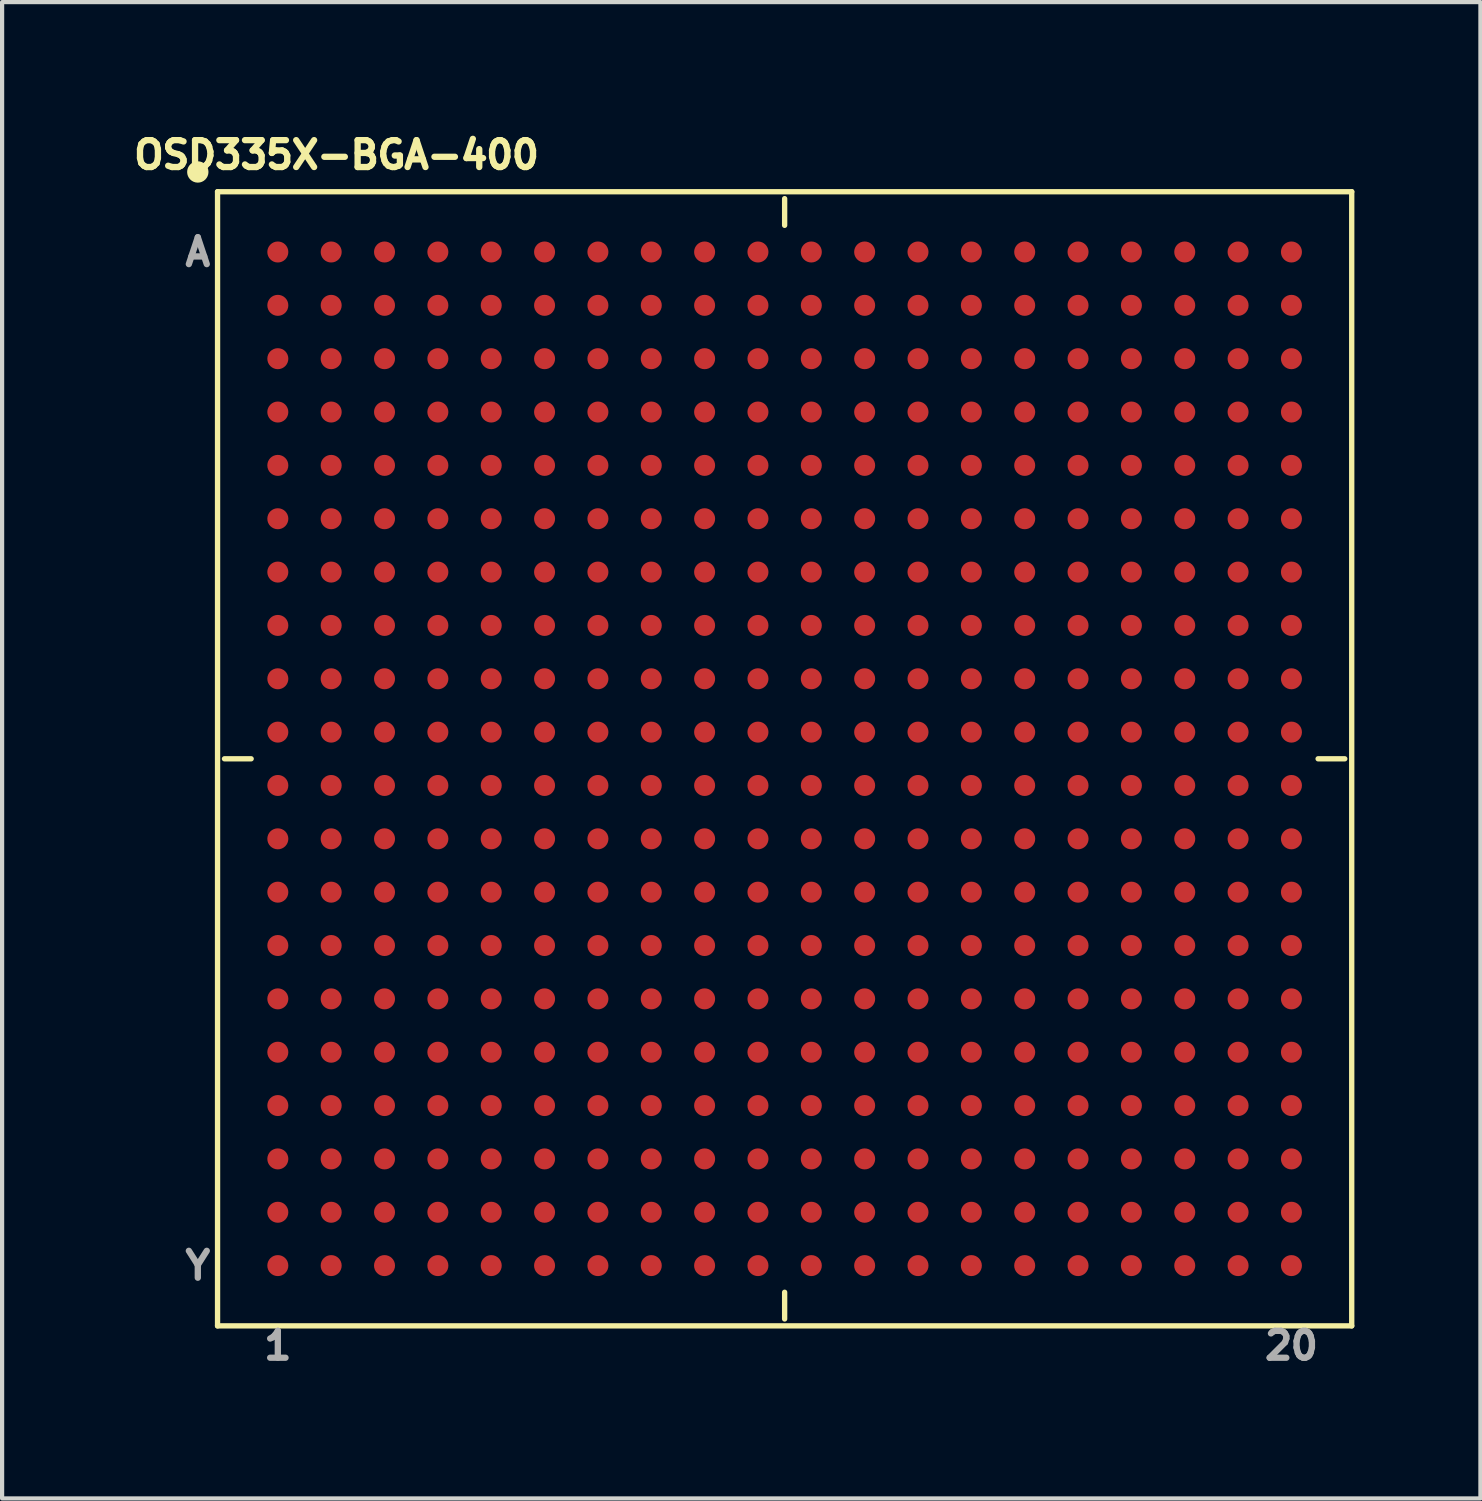
<source format=kicad_pcb>
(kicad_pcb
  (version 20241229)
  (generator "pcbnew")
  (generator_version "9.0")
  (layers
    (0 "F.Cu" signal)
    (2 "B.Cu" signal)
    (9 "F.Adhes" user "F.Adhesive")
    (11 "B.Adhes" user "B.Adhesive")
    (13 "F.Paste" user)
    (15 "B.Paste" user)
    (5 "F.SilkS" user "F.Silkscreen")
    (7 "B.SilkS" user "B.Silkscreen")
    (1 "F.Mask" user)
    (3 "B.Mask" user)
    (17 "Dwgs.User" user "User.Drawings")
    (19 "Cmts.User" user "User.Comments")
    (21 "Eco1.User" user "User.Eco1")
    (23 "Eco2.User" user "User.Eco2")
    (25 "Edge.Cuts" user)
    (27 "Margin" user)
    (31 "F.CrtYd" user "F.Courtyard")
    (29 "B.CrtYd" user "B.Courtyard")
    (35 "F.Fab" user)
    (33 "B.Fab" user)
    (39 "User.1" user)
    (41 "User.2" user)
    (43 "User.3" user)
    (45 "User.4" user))
  (footprint "OSD335X-BGA-400"
    (layer "F.Cu")
    (at 15.629 15.014)
    (property "Reference" "OSD335X-BGA-400" (at -10.668 -14.376 0) (layer "F.SilkS") (effects (font (size 0.64 0.64) (thickness 0.15))))
    (attr through_hole)
    (fp_line (start -13.5 -13.5) (end -13.5 13.5) (stroke (width 0.127) (type solid)) (layer "F.SilkS"))
    (fp_line (start -13.5 13.5) (end 13.5 13.5) (stroke (width 0.127) (type solid)) (layer "F.SilkS"))
    (fp_line (start -12.7 0) (end -13.335 0) (stroke (width 0.127) (type solid)) (layer "F.SilkS"))
    (fp_line (start 0 -13.335) (end 0 -12.7) (stroke (width 0.127) (type solid)) (layer "F.SilkS"))
    (fp_line (start 0 12.7) (end 0 13.335) (stroke (width 0.127) (type solid)) (layer "F.SilkS"))
    (fp_line (start 12.7 0) (end 13.335 0) (stroke (width 0.127) (type solid)) (layer "F.SilkS"))
    (fp_line (start 13.5 -13.5) (end -13.5 -13.5) (stroke (width 0.127) (type solid)) (layer "F.SilkS"))
    (fp_line (start 13.5 13.5) (end 13.5 -13.5) (stroke (width 0.127) (type solid)) (layer "F.SilkS"))
    (fp_circle (center -13.97 -13.97) (end -13.843 -13.97) (stroke (width 0.254) (type solid)) (fill no) (layer "F.SilkS"))
    (fp_text user "1" (at -12.065 13.97 0) (layer "F.Fab") (effects (font (size 0.64 0.64) (thickness 0.15))))
    (fp_text user "A" (at -13.97 -12.065 0) (layer "F.Fab") (effects (font (size 0.64 0.64) (thickness 0.15))))
    (fp_text user "20" (at 12.065 13.97 0) (layer "F.Fab") (effects (font (size 0.64 0.64) (thickness 0.15))))
    (fp_text user "Y" (at -13.97 12.065 0) (layer "F.Fab") (effects (font (size 0.64 0.64) (thickness 0.15))))
    (pad "A1" smd circle (at -12.065 -12.065 270) (size 0.5 0.5) (layers "F.Cu" "F.Mask" "F.Paste"))
    (pad "A2" smd circle (at -10.795 -12.065) (size 0.5 0.5) (layers "F.Cu" "F.Mask" "F.Paste"))
    (pad "A3" smd circle (at -9.525 -12.065) (size 0.5 0.5) (layers "F.Cu" "F.Mask" "F.Paste"))
    (pad "A4" smd circle (at -8.255 -12.065) (size 0.5 0.5) (layers "F.Cu" "F.Mask" "F.Paste"))
    (pad "A5" smd circle (at -6.985 -12.065) (size 0.5 0.5) (layers "F.Cu" "F.Mask" "F.Paste"))
    (pad "A6" smd circle (at -5.715 -12.065) (size 0.5 0.5) (layers "F.Cu" "F.Mask" "F.Paste"))
    (pad "A7" smd circle (at -4.445 -12.065) (size 0.5 0.5) (layers "F.Cu" "F.Mask" "F.Paste"))
    (pad "A8" smd circle (at -3.175 -12.065) (size 0.5 0.5) (layers "F.Cu" "F.Mask" "F.Paste"))
    (pad "A9" smd circle (at -1.905 -12.065) (size 0.5 0.5) (layers "F.Cu" "F.Mask" "F.Paste"))
    (pad "A10" smd circle (at -0.635 -12.065) (size 0.5 0.5) (layers "F.Cu" "F.Mask" "F.Paste"))
    (pad "A11" smd circle (at 0.635 -12.065) (size 0.5 0.5) (layers "F.Cu" "F.Mask" "F.Paste"))
    (pad "A12" smd circle (at 1.905 -12.065) (size 0.5 0.5) (layers "F.Cu" "F.Mask" "F.Paste"))
    (pad "A13" smd circle (at 3.175 -12.065) (size 0.5 0.5) (layers "F.Cu" "F.Mask" "F.Paste"))
    (pad "A14" smd circle (at 4.445 -12.065) (size 0.5 0.5) (layers "F.Cu" "F.Mask" "F.Paste"))
    (pad "A15" smd circle (at 5.715 -12.065) (size 0.5 0.5) (layers "F.Cu" "F.Mask" "F.Paste"))
    (pad "A16" smd circle (at 6.985 -12.065) (size 0.5 0.5) (layers "F.Cu" "F.Mask" "F.Paste"))
    (pad "A17" smd circle (at 8.255 -12.065) (size 0.5 0.5) (layers "F.Cu" "F.Mask" "F.Paste"))
    (pad "A18" smd circle (at 9.525 -12.065) (size 0.5 0.5) (layers "F.Cu" "F.Mask" "F.Paste"))
    (pad "A19" smd circle (at 10.795 -12.065) (size 0.5 0.5) (layers "F.Cu" "F.Mask" "F.Paste"))
    (pad "A20" smd circle (at 12.065 -12.065) (size 0.5 0.5) (layers "F.Cu" "F.Mask" "F.Paste"))
    (pad "B1" smd circle (at -12.065 -10.795) (size 0.5 0.5) (layers "F.Cu" "F.Mask" "F.Paste"))
    (pad "B2" smd circle (at -10.795 -10.795) (size 0.5 0.5) (layers "F.Cu" "F.Mask" "F.Paste"))
    (pad "B3" smd circle (at -9.525 -10.795) (size 0.5 0.5) (layers "F.Cu" "F.Mask" "F.Paste"))
    (pad "B4" smd circle (at -8.255 -10.795) (size 0.5 0.5) (layers "F.Cu" "F.Mask" "F.Paste"))
    (pad "B5" smd circle (at -6.985 -10.795) (size 0.5 0.5) (layers "F.Cu" "F.Mask" "F.Paste"))
    (pad "B6" smd circle (at -5.715 -10.795) (size 0.5 0.5) (layers "F.Cu" "F.Mask" "F.Paste"))
    (pad "B7" smd circle (at -4.445 -10.795) (size 0.5 0.5) (layers "F.Cu" "F.Mask" "F.Paste"))
    (pad "B8" smd circle (at -3.175 -10.795) (size 0.5 0.5) (layers "F.Cu" "F.Mask" "F.Paste"))
    (pad "B9" smd circle (at -1.905 -10.795) (size 0.5 0.5) (layers "F.Cu" "F.Mask" "F.Paste"))
    (pad "B10" smd circle (at -0.635 -10.795) (size 0.5 0.5) (layers "F.Cu" "F.Mask" "F.Paste"))
    (pad "B11" smd circle (at 0.635 -10.795) (size 0.5 0.5) (layers "F.Cu" "F.Mask" "F.Paste"))
    (pad "B12" smd circle (at 1.905 -10.795) (size 0.5 0.5) (layers "F.Cu" "F.Mask" "F.Paste"))
    (pad "B13" smd circle (at 3.175 -10.795) (size 0.5 0.5) (layers "F.Cu" "F.Mask" "F.Paste"))
    (pad "B14" smd circle (at 4.445 -10.795) (size 0.5 0.5) (layers "F.Cu" "F.Mask" "F.Paste"))
    (pad "B15" smd circle (at 5.715 -10.795) (size 0.5 0.5) (layers "F.Cu" "F.Mask" "F.Paste"))
    (pad "B16" smd circle (at 6.985 -10.795) (size 0.5 0.5) (layers "F.Cu" "F.Mask" "F.Paste"))
    (pad "B17" smd circle (at 8.255 -10.795) (size 0.5 0.5) (layers "F.Cu" "F.Mask" "F.Paste"))
    (pad "B18" smd circle (at 9.525 -10.795) (size 0.5 0.5) (layers "F.Cu" "F.Mask" "F.Paste"))
    (pad "B19" smd circle (at 10.795 -10.795) (size 0.5 0.5) (layers "F.Cu" "F.Mask" "F.Paste"))
    (pad "B20" smd circle (at 12.065 -10.795) (size 0.5 0.5) (layers "F.Cu" "F.Mask" "F.Paste"))
    (pad "C1" smd circle (at -12.065 -9.525) (size 0.5 0.5) (layers "F.Cu" "F.Mask" "F.Paste"))
    (pad "C2" smd circle (at -10.795 -9.525) (size 0.5 0.5) (layers "F.Cu" "F.Mask" "F.Paste"))
    (pad "C3" smd circle (at -9.525 -9.525) (size 0.5 0.5) (layers "F.Cu" "F.Mask" "F.Paste"))
    (pad "C4" smd circle (at -8.255 -9.525) (size 0.5 0.5) (layers "F.Cu" "F.Mask" "F.Paste"))
    (pad "C5" smd circle (at -6.985 -9.525) (size 0.5 0.5) (layers "F.Cu" "F.Mask" "F.Paste"))
    (pad "C6" smd circle (at -5.715 -9.525) (size 0.5 0.5) (layers "F.Cu" "F.Mask" "F.Paste"))
    (pad "C7" smd circle (at -4.445 -9.525) (size 0.5 0.5) (layers "F.Cu" "F.Mask" "F.Paste"))
    (pad "C8" smd circle (at -3.175 -9.525) (size 0.5 0.5) (layers "F.Cu" "F.Mask" "F.Paste"))
    (pad "C9" smd circle (at -1.905 -9.525) (size 0.5 0.5) (layers "F.Cu" "F.Mask" "F.Paste"))
    (pad "C10" smd circle (at -0.635 -9.525) (size 0.5 0.5) (layers "F.Cu" "F.Mask" "F.Paste"))
    (pad "C11" smd circle (at 0.635 -9.525) (size 0.5 0.5) (layers "F.Cu" "F.Mask" "F.Paste"))
    (pad "C12" smd circle (at 1.905 -9.525) (size 0.5 0.5) (layers "F.Cu" "F.Mask" "F.Paste"))
    (pad "C13" smd circle (at 3.175 -9.525) (size 0.5 0.5) (layers "F.Cu" "F.Mask" "F.Paste"))
    (pad "C14" smd circle (at 4.445 -9.525) (size 0.5 0.5) (layers "F.Cu" "F.Mask" "F.Paste"))
    (pad "C15" smd circle (at 5.715 -9.525) (size 0.5 0.5) (layers "F.Cu" "F.Mask" "F.Paste"))
    (pad "C16" smd circle (at 6.985 -9.525) (size 0.5 0.5) (layers "F.Cu" "F.Mask" "F.Paste"))
    (pad "C17" smd circle (at 8.255 -9.525) (size 0.5 0.5) (layers "F.Cu" "F.Mask" "F.Paste"))
    (pad "C18" smd circle (at 9.525 -9.525) (size 0.5 0.5) (layers "F.Cu" "F.Mask" "F.Paste"))
    (pad "C19" smd circle (at 10.795 -9.525) (size 0.5 0.5) (layers "F.Cu" "F.Mask" "F.Paste"))
    (pad "C20" smd circle (at 12.065 -9.525) (size 0.5 0.5) (layers "F.Cu" "F.Mask" "F.Paste"))
    (pad "D1" smd circle (at -12.065 -8.255) (size 0.5 0.5) (layers "F.Cu" "F.Mask" "F.Paste"))
    (pad "D2" smd circle (at -10.795 -8.255) (size 0.5 0.5) (layers "F.Cu" "F.Mask" "F.Paste"))
    (pad "D3" smd circle (at -9.525 -8.255) (size 0.5 0.5) (layers "F.Cu" "F.Mask" "F.Paste"))
    (pad "D4" smd circle (at -8.255 -8.255) (size 0.5 0.5) (layers "F.Cu" "F.Mask" "F.Paste"))
    (pad "D5" smd circle (at -6.985 -8.255) (size 0.5 0.5) (layers "F.Cu" "F.Mask" "F.Paste"))
    (pad "D6" smd circle (at -5.715 -8.255) (size 0.5 0.5) (layers "F.Cu" "F.Mask" "F.Paste"))
    (pad "D7" smd circle (at -4.445 -8.255) (size 0.5 0.5) (layers "F.Cu" "F.Mask" "F.Paste"))
    (pad "D8" smd circle (at -3.175 -8.255) (size 0.5 0.5) (layers "F.Cu" "F.Mask" "F.Paste"))
    (pad "D9" smd circle (at -1.905 -8.255) (size 0.5 0.5) (layers "F.Cu" "F.Mask" "F.Paste"))
    (pad "D10" smd circle (at -0.635 -8.255) (size 0.5 0.5) (layers "F.Cu" "F.Mask" "F.Paste"))
    (pad "D11" smd circle (at 0.635 -8.255) (size 0.5 0.5) (layers "F.Cu" "F.Mask" "F.Paste"))
    (pad "D12" smd circle (at 1.905 -8.255) (size 0.5 0.5) (layers "F.Cu" "F.Mask" "F.Paste"))
    (pad "D13" smd circle (at 3.175 -8.255) (size 0.5 0.5) (layers "F.Cu" "F.Mask" "F.Paste"))
    (pad "D14" smd circle (at 4.445 -8.255) (size 0.5 0.5) (layers "F.Cu" "F.Mask" "F.Paste"))
    (pad "D15" smd circle (at 5.715 -8.255) (size 0.5 0.5) (layers "F.Cu" "F.Mask" "F.Paste"))
    (pad "D16" smd circle (at 6.985 -8.255) (size 0.5 0.5) (layers "F.Cu" "F.Mask" "F.Paste"))
    (pad "D17" smd circle (at 8.255 -8.255) (size 0.5 0.5) (layers "F.Cu" "F.Mask" "F.Paste"))
    (pad "D18" smd circle (at 9.525 -8.255) (size 0.5 0.5) (layers "F.Cu" "F.Mask" "F.Paste"))
    (pad "D19" smd circle (at 10.795 -8.255) (size 0.5 0.5) (layers "F.Cu" "F.Mask" "F.Paste"))
    (pad "D20" smd circle (at 12.065 -8.255) (size 0.5 0.5) (layers "F.Cu" "F.Mask" "F.Paste"))
    (pad "E1" smd circle (at -12.065 -6.985 270) (size 0.5 0.5) (layers "F.Cu" "F.Mask" "F.Paste"))
    (pad "E2" smd circle (at -10.795 -6.985 270) (size 0.5 0.5) (layers "F.Cu" "F.Mask" "F.Paste"))
    (pad "E3" smd circle (at -9.525 -6.985 270) (size 0.5 0.5) (layers "F.Cu" "F.Mask" "F.Paste"))
    (pad "E4" smd circle (at -8.255 -6.985 270) (size 0.5 0.5) (layers "F.Cu" "F.Mask" "F.Paste"))
    (pad "E5" smd circle (at -6.985 -6.985 270) (size 0.5 0.5) (layers "F.Cu" "F.Mask" "F.Paste"))
    (pad "E6" smd circle (at -5.715 -6.985 270) (size 0.5 0.5) (layers "F.Cu" "F.Mask" "F.Paste"))
    (pad "E7" smd circle (at -4.445 -6.985 270) (size 0.5 0.5) (layers "F.Cu" "F.Mask" "F.Paste"))
    (pad "E8" smd circle (at -3.175 -6.985 270) (size 0.5 0.5) (layers "F.Cu" "F.Mask" "F.Paste"))
    (pad "E9" smd circle (at -1.905 -6.985 270) (size 0.5 0.5) (layers "F.Cu" "F.Mask" "F.Paste"))
    (pad "E10" smd circle (at -0.635 -6.985 270) (size 0.5 0.5) (layers "F.Cu" "F.Mask" "F.Paste"))
    (pad "E11" smd circle (at 0.635 -6.985 270) (size 0.5 0.5) (layers "F.Cu" "F.Mask" "F.Paste"))
    (pad "E12" smd circle (at 1.905 -6.985 270) (size 0.5 0.5) (layers "F.Cu" "F.Mask" "F.Paste"))
    (pad "E13" smd circle (at 3.175 -6.985 270) (size 0.5 0.5) (layers "F.Cu" "F.Mask" "F.Paste"))
    (pad "E14" smd circle (at 4.445 -6.985 270) (size 0.5 0.5) (layers "F.Cu" "F.Mask" "F.Paste"))
    (pad "E15" smd circle (at 5.715 -6.985 270) (size 0.5 0.5) (layers "F.Cu" "F.Mask" "F.Paste"))
    (pad "E16" smd circle (at 6.985 -6.985 270) (size 0.5 0.5) (layers "F.Cu" "F.Mask" "F.Paste"))
    (pad "E17" smd circle (at 8.255 -6.985 270) (size 0.5 0.5) (layers "F.Cu" "F.Mask" "F.Paste"))
    (pad "E18" smd circle (at 9.525 -6.985 270) (size 0.5 0.5) (layers "F.Cu" "F.Mask" "F.Paste"))
    (pad "E19" smd circle (at 10.795 -6.985 270) (size 0.5 0.5) (layers "F.Cu" "F.Mask" "F.Paste"))
    (pad "E20" smd circle (at 12.065 -6.985 270) (size 0.5 0.5) (layers "F.Cu" "F.Mask" "F.Paste"))
    (pad "F1" smd circle (at -12.065 -5.715 270) (size 0.5 0.5) (layers "F.Cu" "F.Mask" "F.Paste"))
    (pad "F2" smd circle (at -10.795 -5.715 270) (size 0.5 0.5) (layers "F.Cu" "F.Mask" "F.Paste"))
    (pad "F3" smd circle (at -9.525 -5.715 270) (size 0.5 0.5) (layers "F.Cu" "F.Mask" "F.Paste"))
    (pad "F4" smd circle (at -8.255 -5.715 270) (size 0.5 0.5) (layers "F.Cu" "F.Mask" "F.Paste"))
    (pad "F5" smd circle (at -6.985 -5.715 270) (size 0.5 0.5) (layers "F.Cu" "F.Mask" "F.Paste"))
    (pad "F6" smd circle (at -5.715 -5.715 270) (size 0.5 0.5) (layers "F.Cu" "F.Mask" "F.Paste"))
    (pad "F7" smd circle (at -4.445 -5.715 270) (size 0.5 0.5) (layers "F.Cu" "F.Mask" "F.Paste"))
    (pad "F8" smd circle (at -3.175 -5.715 270) (size 0.5 0.5) (layers "F.Cu" "F.Mask" "F.Paste"))
    (pad "F9" smd circle (at -1.905 -5.715 270) (size 0.5 0.5) (layers "F.Cu" "F.Mask" "F.Paste"))
    (pad "F10" smd circle (at -0.635 -5.715 270) (size 0.5 0.5) (layers "F.Cu" "F.Mask" "F.Paste"))
    (pad "F11" smd circle (at 0.635 -5.715 270) (size 0.5 0.5) (layers "F.Cu" "F.Mask" "F.Paste"))
    (pad "F12" smd circle (at 1.905 -5.715 270) (size 0.5 0.5) (layers "F.Cu" "F.Mask" "F.Paste"))
    (pad "F13" smd circle (at 3.175 -5.715 270) (size 0.5 0.5) (layers "F.Cu" "F.Mask" "F.Paste"))
    (pad "F14" smd circle (at 4.445 -5.715 270) (size 0.5 0.5) (layers "F.Cu" "F.Mask" "F.Paste"))
    (pad "F15" smd circle (at 5.715 -5.715 270) (size 0.5 0.5) (layers "F.Cu" "F.Mask" "F.Paste"))
    (pad "F16" smd circle (at 6.985 -5.715 270) (size 0.5 0.5) (layers "F.Cu" "F.Mask" "F.Paste"))
    (pad "F17" smd circle (at 8.255 -5.715 270) (size 0.5 0.5) (layers "F.Cu" "F.Mask" "F.Paste"))
    (pad "F18" smd circle (at 9.525 -5.715 270) (size 0.5 0.5) (layers "F.Cu" "F.Mask" "F.Paste"))
    (pad "F19" smd circle (at 10.795 -5.715 270) (size 0.5 0.5) (layers "F.Cu" "F.Mask" "F.Paste"))
    (pad "F20" smd circle (at 12.065 -5.715 270) (size 0.5 0.5) (layers "F.Cu" "F.Mask" "F.Paste"))
    (pad "G1" smd circle (at -12.065 -4.445 270) (size 0.5 0.5) (layers "F.Cu" "F.Mask" "F.Paste"))
    (pad "G2" smd circle (at -10.795 -4.445 270) (size 0.5 0.5) (layers "F.Cu" "F.Mask" "F.Paste"))
    (pad "G3" smd circle (at -9.525 -4.445 270) (size 0.5 0.5) (layers "F.Cu" "F.Mask" "F.Paste"))
    (pad "G4" smd circle (at -8.255 -4.445 270) (size 0.5 0.5) (layers "F.Cu" "F.Mask" "F.Paste"))
    (pad "G5" smd circle (at -6.985 -4.445 270) (size 0.5 0.5) (layers "F.Cu" "F.Mask" "F.Paste"))
    (pad "G6" smd circle (at -5.715 -4.445 270) (size 0.5 0.5) (layers "F.Cu" "F.Mask" "F.Paste"))
    (pad "G7" smd circle (at -4.445 -4.445 270) (size 0.5 0.5) (layers "F.Cu" "F.Mask" "F.Paste"))
    (pad "G8" smd circle (at -3.175 -4.445 270) (size 0.5 0.5) (layers "F.Cu" "F.Mask" "F.Paste"))
    (pad "G9" smd circle (at -1.905 -4.445 270) (size 0.5 0.5) (layers "F.Cu" "F.Mask" "F.Paste"))
    (pad "G10" smd circle (at -0.635 -4.445 270) (size 0.5 0.5) (layers "F.Cu" "F.Mask" "F.Paste"))
    (pad "G11" smd circle (at 0.635 -4.445 270) (size 0.5 0.5) (layers "F.Cu" "F.Mask" "F.Paste"))
    (pad "G12" smd circle (at 1.905 -4.445 270) (size 0.5 0.5) (layers "F.Cu" "F.Mask" "F.Paste"))
    (pad "G13" smd circle (at 3.175 -4.445 270) (size 0.5 0.5) (layers "F.Cu" "F.Mask" "F.Paste"))
    (pad "G14" smd circle (at 4.445 -4.445 270) (size 0.5 0.5) (layers "F.Cu" "F.Mask" "F.Paste"))
    (pad "G15" smd circle (at 5.715 -4.445 270) (size 0.5 0.5) (layers "F.Cu" "F.Mask" "F.Paste"))
    (pad "G16" smd circle (at 6.985 -4.445 270) (size 0.5 0.5) (layers "F.Cu" "F.Mask" "F.Paste"))
    (pad "G17" smd circle (at 8.255 -4.445 270) (size 0.5 0.5) (layers "F.Cu" "F.Mask" "F.Paste"))
    (pad "G18" smd circle (at 9.525 -4.445 270) (size 0.5 0.5) (layers "F.Cu" "F.Mask" "F.Paste"))
    (pad "G19" smd circle (at 10.795 -4.445 270) (size 0.5 0.5) (layers "F.Cu" "F.Mask" "F.Paste"))
    (pad "G20" smd circle (at 12.065 -4.445 270) (size 0.5 0.5) (layers "F.Cu" "F.Mask" "F.Paste"))
    (pad "H1" smd circle (at -12.065 -3.175 270) (size 0.5 0.5) (layers "F.Cu" "F.Mask" "F.Paste"))
    (pad "H2" smd circle (at -10.795 -3.175 270) (size 0.5 0.5) (layers "F.Cu" "F.Mask" "F.Paste"))
    (pad "H3" smd circle (at -9.525 -3.175 270) (size 0.5 0.5) (layers "F.Cu" "F.Mask" "F.Paste"))
    (pad "H4" smd circle (at -8.255 -3.175 270) (size 0.5 0.5) (layers "F.Cu" "F.Mask" "F.Paste"))
    (pad "H5" smd circle (at -6.985 -3.175 270) (size 0.5 0.5) (layers "F.Cu" "F.Mask" "F.Paste"))
    (pad "H6" smd circle (at -5.715 -3.175 270) (size 0.5 0.5) (layers "F.Cu" "F.Mask" "F.Paste"))
    (pad "H7" smd circle (at -4.445 -3.175 270) (size 0.5 0.5) (layers "F.Cu" "F.Mask" "F.Paste"))
    (pad "H8" smd circle (at -3.175 -3.175 270) (size 0.5 0.5) (layers "F.Cu" "F.Mask" "F.Paste"))
    (pad "H9" smd circle (at -1.905 -3.175 270) (size 0.5 0.5) (layers "F.Cu" "F.Mask" "F.Paste"))
    (pad "H10" smd circle (at -0.635 -3.175 270) (size 0.5 0.5) (layers "F.Cu" "F.Mask" "F.Paste"))
    (pad "H11" smd circle (at 0.635 -3.175 270) (size 0.5 0.5) (layers "F.Cu" "F.Mask" "F.Paste"))
    (pad "H12" smd circle (at 1.905 -3.175 270) (size 0.5 0.5) (layers "F.Cu" "F.Mask" "F.Paste"))
    (pad "H13" smd circle (at 3.175 -3.175 270) (size 0.5 0.5) (layers "F.Cu" "F.Mask" "F.Paste"))
    (pad "H14" smd circle (at 4.445 -3.175 270) (size 0.5 0.5) (layers "F.Cu" "F.Mask" "F.Paste"))
    (pad "H15" smd circle (at 5.715 -3.175 270) (size 0.5 0.5) (layers "F.Cu" "F.Mask" "F.Paste"))
    (pad "H16" smd circle (at 6.985 -3.175 270) (size 0.5 0.5) (layers "F.Cu" "F.Mask" "F.Paste"))
    (pad "H17" smd circle (at 8.255 -3.175 270) (size 0.5 0.5) (layers "F.Cu" "F.Mask" "F.Paste"))
    (pad "H18" smd circle (at 9.525 -3.175 270) (size 0.5 0.5) (layers "F.Cu" "F.Mask" "F.Paste"))
    (pad "H19" smd circle (at 10.795 -3.175 270) (size 0.5 0.5) (layers "F.Cu" "F.Mask" "F.Paste"))
    (pad "H20" smd circle (at 12.065 -3.175 270) (size 0.5 0.5) (layers "F.Cu" "F.Mask" "F.Paste"))
    (pad "J1" smd circle (at -12.065 -1.905 270) (size 0.5 0.5) (layers "F.Cu" "F.Mask" "F.Paste"))
    (pad "J2" smd circle (at -10.795 -1.905 270) (size 0.5 0.5) (layers "F.Cu" "F.Mask" "F.Paste"))
    (pad "J3" smd circle (at -9.525 -1.905 270) (size 0.5 0.5) (layers "F.Cu" "F.Mask" "F.Paste"))
    (pad "J4" smd circle (at -8.255 -1.905 270) (size 0.5 0.5) (layers "F.Cu" "F.Mask" "F.Paste"))
    (pad "J5" smd circle (at -6.985 -1.905 270) (size 0.5 0.5) (layers "F.Cu" "F.Mask" "F.Paste"))
    (pad "J6" smd circle (at -5.715 -1.905 270) (size 0.5 0.5) (layers "F.Cu" "F.Mask" "F.Paste"))
    (pad "J7" smd circle (at -4.445 -1.905 270) (size 0.5 0.5) (layers "F.Cu" "F.Mask" "F.Paste"))
    (pad "J8" smd circle (at -3.175 -1.905 270) (size 0.5 0.5) (layers "F.Cu" "F.Mask" "F.Paste"))
    (pad "J9" smd circle (at -1.905 -1.905 270) (size 0.5 0.5) (layers "F.Cu" "F.Mask" "F.Paste"))
    (pad "J10" smd circle (at -0.635 -1.905 270) (size 0.5 0.5) (layers "F.Cu" "F.Mask" "F.Paste"))
    (pad "J11" smd circle (at 0.635 -1.905 270) (size 0.5 0.5) (layers "F.Cu" "F.Mask" "F.Paste"))
    (pad "J12" smd circle (at 1.905 -1.905 270) (size 0.5 0.5) (layers "F.Cu" "F.Mask" "F.Paste"))
    (pad "J13" smd circle (at 3.175 -1.905 270) (size 0.5 0.5) (layers "F.Cu" "F.Mask" "F.Paste"))
    (pad "J14" smd circle (at 4.445 -1.905 270) (size 0.5 0.5) (layers "F.Cu" "F.Mask" "F.Paste"))
    (pad "J15" smd circle (at 5.715 -1.905 270) (size 0.5 0.5) (layers "F.Cu" "F.Mask" "F.Paste"))
    (pad "J16" smd circle (at 6.985 -1.905 270) (size 0.5 0.5) (layers "F.Cu" "F.Mask" "F.Paste"))
    (pad "J17" smd circle (at 8.255 -1.905 270) (size 0.5 0.5) (layers "F.Cu" "F.Mask" "F.Paste"))
    (pad "J18" smd circle (at 9.525 -1.905 270) (size 0.5 0.5) (layers "F.Cu" "F.Mask" "F.Paste"))
    (pad "J19" smd circle (at 10.795 -1.905 270) (size 0.5 0.5) (layers "F.Cu" "F.Mask" "F.Paste"))
    (pad "J20" smd circle (at 12.065 -1.905 270) (size 0.5 0.5) (layers "F.Cu" "F.Mask" "F.Paste"))
    (pad "K1" smd circle (at -12.065 -0.635 270) (size 0.5 0.5) (layers "F.Cu" "F.Mask" "F.Paste"))
    (pad "K2" smd circle (at -10.795 -0.635 270) (size 0.5 0.5) (layers "F.Cu" "F.Mask" "F.Paste"))
    (pad "K3" smd circle (at -9.525 -0.635 270) (size 0.5 0.5) (layers "F.Cu" "F.Mask" "F.Paste"))
    (pad "K4" smd circle (at -8.255 -0.635 270) (size 0.5 0.5) (layers "F.Cu" "F.Mask" "F.Paste"))
    (pad "K5" smd circle (at -6.985 -0.635 270) (size 0.5 0.5) (layers "F.Cu" "F.Mask" "F.Paste"))
    (pad "K6" smd circle (at -5.715 -0.635 270) (size 0.5 0.5) (layers "F.Cu" "F.Mask" "F.Paste"))
    (pad "K7" smd circle (at -4.445 -0.635 270) (size 0.5 0.5) (layers "F.Cu" "F.Mask" "F.Paste"))
    (pad "K8" smd circle (at -3.175 -0.635 270) (size 0.5 0.5) (layers "F.Cu" "F.Mask" "F.Paste"))
    (pad "K9" smd circle (at -1.905 -0.635 270) (size 0.5 0.5) (layers "F.Cu" "F.Mask" "F.Paste"))
    (pad "K10" smd circle (at -0.635 -0.635 270) (size 0.5 0.5) (layers "F.Cu" "F.Mask" "F.Paste"))
    (pad "K11" smd circle (at 0.635 -0.635 270) (size 0.5 0.5) (layers "F.Cu" "F.Mask" "F.Paste"))
    (pad "K12" smd circle (at 1.905 -0.635 270) (size 0.5 0.5) (layers "F.Cu" "F.Mask" "F.Paste"))
    (pad "K13" smd circle (at 3.175 -0.635 270) (size 0.5 0.5) (layers "F.Cu" "F.Mask" "F.Paste"))
    (pad "K14" smd circle (at 4.445 -0.635 270) (size 0.5 0.5) (layers "F.Cu" "F.Mask" "F.Paste"))
    (pad "K15" smd circle (at 5.715 -0.635 270) (size 0.5 0.5) (layers "F.Cu" "F.Mask" "F.Paste"))
    (pad "K16" smd circle (at 6.985 -0.635 270) (size 0.5 0.5) (layers "F.Cu" "F.Mask" "F.Paste"))
    (pad "K17" smd circle (at 8.255 -0.635 270) (size 0.5 0.5) (layers "F.Cu" "F.Mask" "F.Paste"))
    (pad "K18" smd circle (at 9.525 -0.635 270) (size 0.5 0.5) (layers "F.Cu" "F.Mask" "F.Paste"))
    (pad "K19" smd circle (at 10.795 -0.635 270) (size 0.5 0.5) (layers "F.Cu" "F.Mask" "F.Paste"))
    (pad "K20" smd circle (at 12.065 -0.635 270) (size 0.5 0.5) (layers "F.Cu" "F.Mask" "F.Paste"))
    (pad "L1" smd circle (at -12.065 0.635 270) (size 0.5 0.5) (layers "F.Cu" "F.Mask" "F.Paste"))
    (pad "L2" smd circle (at -10.795 0.635 270) (size 0.5 0.5) (layers "F.Cu" "F.Mask" "F.Paste"))
    (pad "L3" smd circle (at -9.525 0.635 270) (size 0.5 0.5) (layers "F.Cu" "F.Mask" "F.Paste"))
    (pad "L4" smd circle (at -8.255 0.635 270) (size 0.5 0.5) (layers "F.Cu" "F.Mask" "F.Paste"))
    (pad "L5" smd circle (at -6.985 0.635 270) (size 0.5 0.5) (layers "F.Cu" "F.Mask" "F.Paste"))
    (pad "L6" smd circle (at -5.715 0.635 270) (size 0.5 0.5) (layers "F.Cu" "F.Mask" "F.Paste"))
    (pad "L7" smd circle (at -4.445 0.635 270) (size 0.5 0.5) (layers "F.Cu" "F.Mask" "F.Paste"))
    (pad "L8" smd circle (at -3.175 0.635 270) (size 0.5 0.5) (layers "F.Cu" "F.Mask" "F.Paste"))
    (pad "L9" smd circle (at -1.905 0.635 270) (size 0.5 0.5) (layers "F.Cu" "F.Mask" "F.Paste"))
    (pad "L10" smd circle (at -0.635 0.635 270) (size 0.5 0.5) (layers "F.Cu" "F.Mask" "F.Paste"))
    (pad "L11" smd circle (at 0.635 0.635 270) (size 0.5 0.5) (layers "F.Cu" "F.Mask" "F.Paste"))
    (pad "L12" smd circle (at 1.905 0.635 270) (size 0.5 0.5) (layers "F.Cu" "F.Mask" "F.Paste"))
    (pad "L13" smd circle (at 3.175 0.635 270) (size 0.5 0.5) (layers "F.Cu" "F.Mask" "F.Paste"))
    (pad "L14" smd circle (at 4.445 0.635 270) (size 0.5 0.5) (layers "F.Cu" "F.Mask" "F.Paste"))
    (pad "L15" smd circle (at 5.715 0.635 270) (size 0.5 0.5) (layers "F.Cu" "F.Mask" "F.Paste"))
    (pad "L16" smd circle (at 6.985 0.635 270) (size 0.5 0.5) (layers "F.Cu" "F.Mask" "F.Paste"))
    (pad "L17" smd circle (at 8.255 0.635 270) (size 0.5 0.5) (layers "F.Cu" "F.Mask" "F.Paste"))
    (pad "L18" smd circle (at 9.525 0.635 270) (size 0.5 0.5) (layers "F.Cu" "F.Mask" "F.Paste"))
    (pad "L19" smd circle (at 10.795 0.635 270) (size 0.5 0.5) (layers "F.Cu" "F.Mask" "F.Paste"))
    (pad "L20" smd circle (at 12.065 0.635 270) (size 0.5 0.5) (layers "F.Cu" "F.Mask" "F.Paste"))
    (pad "M1" smd circle (at -12.065 1.905 270) (size 0.5 0.5) (layers "F.Cu" "F.Mask" "F.Paste"))
    (pad "M2" smd circle (at -10.795 1.905 270) (size 0.5 0.5) (layers "F.Cu" "F.Mask" "F.Paste"))
    (pad "M3" smd circle (at -9.525 1.905 270) (size 0.5 0.5) (layers "F.Cu" "F.Mask" "F.Paste"))
    (pad "M4" smd circle (at -8.255 1.905 270) (size 0.5 0.5) (layers "F.Cu" "F.Mask" "F.Paste"))
    (pad "M5" smd circle (at -6.985 1.905 270) (size 0.5 0.5) (layers "F.Cu" "F.Mask" "F.Paste"))
    (pad "M6" smd circle (at -5.715 1.905 270) (size 0.5 0.5) (layers "F.Cu" "F.Mask" "F.Paste"))
    (pad "M7" smd circle (at -4.445 1.905 270) (size 0.5 0.5) (layers "F.Cu" "F.Mask" "F.Paste"))
    (pad "M8" smd circle (at -3.175 1.905 270) (size 0.5 0.5) (layers "F.Cu" "F.Mask" "F.Paste"))
    (pad "M9" smd circle (at -1.905 1.905 270) (size 0.5 0.5) (layers "F.Cu" "F.Mask" "F.Paste"))
    (pad "M10" smd circle (at -0.635 1.905 270) (size 0.5 0.5) (layers "F.Cu" "F.Mask" "F.Paste"))
    (pad "M11" smd circle (at 0.635 1.905 270) (size 0.5 0.5) (layers "F.Cu" "F.Mask" "F.Paste"))
    (pad "M12" smd circle (at 1.905 1.905 270) (size 0.5 0.5) (layers "F.Cu" "F.Mask" "F.Paste"))
    (pad "M13" smd circle (at 3.175 1.905 270) (size 0.5 0.5) (layers "F.Cu" "F.Mask" "F.Paste"))
    (pad "M14" smd circle (at 4.445 1.905 270) (size 0.5 0.5) (layers "F.Cu" "F.Mask" "F.Paste"))
    (pad "M15" smd circle (at 5.715 1.905 270) (size 0.5 0.5) (layers "F.Cu" "F.Mask" "F.Paste"))
    (pad "M16" smd circle (at 6.985 1.905 270) (size 0.5 0.5) (layers "F.Cu" "F.Mask" "F.Paste"))
    (pad "M17" smd circle (at 8.255 1.905 270) (size 0.5 0.5) (layers "F.Cu" "F.Mask" "F.Paste"))
    (pad "M18" smd circle (at 9.525 1.905 270) (size 0.5 0.5) (layers "F.Cu" "F.Mask" "F.Paste"))
    (pad "M19" smd circle (at 10.795 1.905 270) (size 0.5 0.5) (layers "F.Cu" "F.Mask" "F.Paste"))
    (pad "M20" smd circle (at 12.065 1.905 270) (size 0.5 0.5) (layers "F.Cu" "F.Mask" "F.Paste"))
    (pad "N1" smd circle (at -12.065 3.175 270) (size 0.5 0.5) (layers "F.Cu" "F.Mask" "F.Paste"))
    (pad "N2" smd circle (at -10.795 3.175 270) (size 0.5 0.5) (layers "F.Cu" "F.Mask" "F.Paste"))
    (pad "N3" smd circle (at -9.525 3.175 270) (size 0.5 0.5) (layers "F.Cu" "F.Mask" "F.Paste"))
    (pad "N4" smd circle (at -8.255 3.175 270) (size 0.5 0.5) (layers "F.Cu" "F.Mask" "F.Paste"))
    (pad "N5" smd circle (at -6.985 3.175 270) (size 0.5 0.5) (layers "F.Cu" "F.Mask" "F.Paste"))
    (pad "N6" smd circle (at -5.715 3.175 270) (size 0.5 0.5) (layers "F.Cu" "F.Mask" "F.Paste"))
    (pad "N7" smd circle (at -4.445 3.175 270) (size 0.5 0.5) (layers "F.Cu" "F.Mask" "F.Paste"))
    (pad "N8" smd circle (at -3.175 3.175 270) (size 0.5 0.5) (layers "F.Cu" "F.Mask" "F.Paste"))
    (pad "N9" smd circle (at -1.905 3.175 270) (size 0.5 0.5) (layers "F.Cu" "F.Mask" "F.Paste"))
    (pad "N10" smd circle (at -0.635 3.175 270) (size 0.5 0.5) (layers "F.Cu" "F.Mask" "F.Paste"))
    (pad "N11" smd circle (at 0.635 3.175 270) (size 0.5 0.5) (layers "F.Cu" "F.Mask" "F.Paste"))
    (pad "N12" smd circle (at 1.905 3.175 270) (size 0.5 0.5) (layers "F.Cu" "F.Mask" "F.Paste"))
    (pad "N13" smd circle (at 3.175 3.175 270) (size 0.5 0.5) (layers "F.Cu" "F.Mask" "F.Paste"))
    (pad "N14" smd circle (at 4.445 3.175 270) (size 0.5 0.5) (layers "F.Cu" "F.Mask" "F.Paste"))
    (pad "N15" smd circle (at 5.715 3.175 270) (size 0.5 0.5) (layers "F.Cu" "F.Mask" "F.Paste"))
    (pad "N16" smd circle (at 6.985 3.175 270) (size 0.5 0.5) (layers "F.Cu" "F.Mask" "F.Paste"))
    (pad "N17" smd circle (at 8.255 3.175 270) (size 0.5 0.5) (layers "F.Cu" "F.Mask" "F.Paste"))
    (pad "N18" smd circle (at 9.525 3.175 270) (size 0.5 0.5) (layers "F.Cu" "F.Mask" "F.Paste"))
    (pad "N19" smd circle (at 10.795 3.175 270) (size 0.5 0.5) (layers "F.Cu" "F.Mask" "F.Paste"))
    (pad "N20" smd circle (at 12.065 3.175 270) (size 0.5 0.5) (layers "F.Cu" "F.Mask" "F.Paste"))
    (pad "P1" smd circle (at -12.065 4.445 270) (size 0.5 0.5) (layers "F.Cu" "F.Mask" "F.Paste"))
    (pad "P2" smd circle (at -10.795 4.445 270) (size 0.5 0.5) (layers "F.Cu" "F.Mask" "F.Paste"))
    (pad "P3" smd circle (at -9.525 4.445 270) (size 0.5 0.5) (layers "F.Cu" "F.Mask" "F.Paste"))
    (pad "P4" smd circle (at -8.255 4.445 270) (size 0.5 0.5) (layers "F.Cu" "F.Mask" "F.Paste"))
    (pad "P5" smd circle (at -6.985 4.445 270) (size 0.5 0.5) (layers "F.Cu" "F.Mask" "F.Paste"))
    (pad "P6" smd circle (at -5.715 4.445 270) (size 0.5 0.5) (layers "F.Cu" "F.Mask" "F.Paste"))
    (pad "P7" smd circle (at -4.445 4.445 270) (size 0.5 0.5) (layers "F.Cu" "F.Mask" "F.Paste"))
    (pad "P8" smd circle (at -3.175 4.445 270) (size 0.5 0.5) (layers "F.Cu" "F.Mask" "F.Paste"))
    (pad "P9" smd circle (at -1.905 4.445 270) (size 0.5 0.5) (layers "F.Cu" "F.Mask" "F.Paste"))
    (pad "P10" smd circle (at -0.635 4.445 270) (size 0.5 0.5) (layers "F.Cu" "F.Mask" "F.Paste"))
    (pad "P11" smd circle (at 0.635 4.445 270) (size 0.5 0.5) (layers "F.Cu" "F.Mask" "F.Paste"))
    (pad "P12" smd circle (at 1.905 4.445 270) (size 0.5 0.5) (layers "F.Cu" "F.Mask" "F.Paste"))
    (pad "P13" smd circle (at 3.175 4.445 270) (size 0.5 0.5) (layers "F.Cu" "F.Mask" "F.Paste"))
    (pad "P14" smd circle (at 4.445 4.445 270) (size 0.5 0.5) (layers "F.Cu" "F.Mask" "F.Paste"))
    (pad "P15" smd circle (at 5.715 4.445 270) (size 0.5 0.5) (layers "F.Cu" "F.Mask" "F.Paste"))
    (pad "P16" smd circle (at 6.985 4.445 270) (size 0.5 0.5) (layers "F.Cu" "F.Mask" "F.Paste"))
    (pad "P17" smd circle (at 8.255 4.445 270) (size 0.5 0.5) (layers "F.Cu" "F.Mask" "F.Paste"))
    (pad "P18" smd circle (at 9.525 4.445 270) (size 0.5 0.5) (layers "F.Cu" "F.Mask" "F.Paste"))
    (pad "P19" smd circle (at 10.795 4.445 270) (size 0.5 0.5) (layers "F.Cu" "F.Mask" "F.Paste"))
    (pad "P20" smd circle (at 12.065 4.445 270) (size 0.5 0.5) (layers "F.Cu" "F.Mask" "F.Paste"))
    (pad "R1" smd circle (at -12.065 5.715 270) (size 0.5 0.5) (layers "F.Cu" "F.Mask" "F.Paste"))
    (pad "R2" smd circle (at -10.795 5.715 270) (size 0.5 0.5) (layers "F.Cu" "F.Mask" "F.Paste"))
    (pad "R3" smd circle (at -9.525 5.715 270) (size 0.5 0.5) (layers "F.Cu" "F.Mask" "F.Paste"))
    (pad "R4" smd circle (at -8.255 5.715 270) (size 0.5 0.5) (layers "F.Cu" "F.Mask" "F.Paste"))
    (pad "R5" smd circle (at -6.985 5.715 270) (size 0.5 0.5) (layers "F.Cu" "F.Mask" "F.Paste"))
    (pad "R6" smd circle (at -5.715 5.715 270) (size 0.5 0.5) (layers "F.Cu" "F.Mask" "F.Paste"))
    (pad "R7" smd circle (at -4.445 5.715 270) (size 0.5 0.5) (layers "F.Cu" "F.Mask" "F.Paste"))
    (pad "R8" smd circle (at -3.175 5.715 270) (size 0.5 0.5) (layers "F.Cu" "F.Mask" "F.Paste"))
    (pad "R9" smd circle (at -1.905 5.715 270) (size 0.5 0.5) (layers "F.Cu" "F.Mask" "F.Paste"))
    (pad "R10" smd circle (at -0.635 5.715 270) (size 0.5 0.5) (layers "F.Cu" "F.Mask" "F.Paste"))
    (pad "R11" smd circle (at 0.635 5.715 270) (size 0.5 0.5) (layers "F.Cu" "F.Mask" "F.Paste"))
    (pad "R12" smd circle (at 1.905 5.715 270) (size 0.5 0.5) (layers "F.Cu" "F.Mask" "F.Paste"))
    (pad "R13" smd circle (at 3.175 5.715 270) (size 0.5 0.5) (layers "F.Cu" "F.Mask" "F.Paste"))
    (pad "R14" smd circle (at 4.445 5.715 270) (size 0.5 0.5) (layers "F.Cu" "F.Mask" "F.Paste"))
    (pad "R15" smd circle (at 5.715 5.715 270) (size 0.5 0.5) (layers "F.Cu" "F.Mask" "F.Paste"))
    (pad "R16" smd circle (at 6.985 5.715 270) (size 0.5 0.5) (layers "F.Cu" "F.Mask" "F.Paste"))
    (pad "R17" smd circle (at 8.255 5.715 270) (size 0.5 0.5) (layers "F.Cu" "F.Mask" "F.Paste"))
    (pad "R18" smd circle (at 9.525 5.715 270) (size 0.5 0.5) (layers "F.Cu" "F.Mask" "F.Paste"))
    (pad "R19" smd circle (at 10.795 5.715 270) (size 0.5 0.5) (layers "F.Cu" "F.Mask" "F.Paste"))
    (pad "R20" smd circle (at 12.065 5.715 270) (size 0.5 0.5) (layers "F.Cu" "F.Mask" "F.Paste"))
    (pad "T1" smd circle (at -12.065 6.985 270) (size 0.5 0.5) (layers "F.Cu" "F.Mask" "F.Paste"))
    (pad "T2" smd circle (at -10.795 6.985 270) (size 0.5 0.5) (layers "F.Cu" "F.Mask" "F.Paste"))
    (pad "T3" smd circle (at -9.525 6.985 270) (size 0.5 0.5) (layers "F.Cu" "F.Mask" "F.Paste"))
    (pad "T4" smd circle (at -8.255 6.985 270) (size 0.5 0.5) (layers "F.Cu" "F.Mask" "F.Paste"))
    (pad "T5" smd circle (at -6.985 6.985 270) (size 0.5 0.5) (layers "F.Cu" "F.Mask" "F.Paste"))
    (pad "T6" smd circle (at -5.715 6.985 270) (size 0.5 0.5) (layers "F.Cu" "F.Mask" "F.Paste"))
    (pad "T7" smd circle (at -4.445 6.985 270) (size 0.5 0.5) (layers "F.Cu" "F.Mask" "F.Paste"))
    (pad "T8" smd circle (at -3.175 6.985 270) (size 0.5 0.5) (layers "F.Cu" "F.Mask" "F.Paste"))
    (pad "T9" smd circle (at -1.905 6.985 270) (size 0.5 0.5) (layers "F.Cu" "F.Mask" "F.Paste"))
    (pad "T10" smd circle (at -0.635 6.985 270) (size 0.5 0.5) (layers "F.Cu" "F.Mask" "F.Paste"))
    (pad "T11" smd circle (at 0.635 6.985 270) (size 0.5 0.5) (layers "F.Cu" "F.Mask" "F.Paste"))
    (pad "T12" smd circle (at 1.905 6.985 270) (size 0.5 0.5) (layers "F.Cu" "F.Mask" "F.Paste"))
    (pad "T13" smd circle (at 3.175 6.985 270) (size 0.5 0.5) (layers "F.Cu" "F.Mask" "F.Paste"))
    (pad "T14" smd circle (at 4.445 6.985 270) (size 0.5 0.5) (layers "F.Cu" "F.Mask" "F.Paste"))
    (pad "T15" smd circle (at 5.715 6.985 270) (size 0.5 0.5) (layers "F.Cu" "F.Mask" "F.Paste"))
    (pad "T16" smd circle (at 6.985 6.985 270) (size 0.5 0.5) (layers "F.Cu" "F.Mask" "F.Paste"))
    (pad "T17" smd circle (at 8.255 6.985 270) (size 0.5 0.5) (layers "F.Cu" "F.Mask" "F.Paste"))
    (pad "T18" smd circle (at 9.525 6.985 270) (size 0.5 0.5) (layers "F.Cu" "F.Mask" "F.Paste"))
    (pad "T19" smd circle (at 10.795 6.985 270) (size 0.5 0.5) (layers "F.Cu" "F.Mask" "F.Paste"))
    (pad "T20" smd circle (at 12.065 6.985 270) (size 0.5 0.5) (layers "F.Cu" "F.Mask" "F.Paste"))
    (pad "U1" smd circle (at -12.065 8.255 270) (size 0.5 0.5) (layers "F.Cu" "F.Mask" "F.Paste"))
    (pad "U2" smd circle (at -10.795 8.255 270) (size 0.5 0.5) (layers "F.Cu" "F.Mask" "F.Paste"))
    (pad "U3" smd circle (at -9.525 8.255 270) (size 0.5 0.5) (layers "F.Cu" "F.Mask" "F.Paste"))
    (pad "U4" smd circle (at -8.255 8.255 270) (size 0.5 0.5) (layers "F.Cu" "F.Mask" "F.Paste"))
    (pad "U5" smd circle (at -6.985 8.255 270) (size 0.5 0.5) (layers "F.Cu" "F.Mask" "F.Paste"))
    (pad "U6" smd circle (at -5.715 8.255 270) (size 0.5 0.5) (layers "F.Cu" "F.Mask" "F.Paste"))
    (pad "U7" smd circle (at -4.445 8.255 270) (size 0.5 0.5) (layers "F.Cu" "F.Mask" "F.Paste"))
    (pad "U8" smd circle (at -3.175 8.255 270) (size 0.5 0.5) (layers "F.Cu" "F.Mask" "F.Paste"))
    (pad "U9" smd circle (at -1.905 8.255 270) (size 0.5 0.5) (layers "F.Cu" "F.Mask" "F.Paste"))
    (pad "U10" smd circle (at -0.635 8.255 270) (size 0.5 0.5) (layers "F.Cu" "F.Mask" "F.Paste"))
    (pad "U11" smd circle (at 0.635 8.255 270) (size 0.5 0.5) (layers "F.Cu" "F.Mask" "F.Paste"))
    (pad "U12" smd circle (at 1.905 8.255 270) (size 0.5 0.5) (layers "F.Cu" "F.Mask" "F.Paste"))
    (pad "U13" smd circle (at 3.175 8.255 270) (size 0.5 0.5) (layers "F.Cu" "F.Mask" "F.Paste"))
    (pad "U14" smd circle (at 4.445 8.255 270) (size 0.5 0.5) (layers "F.Cu" "F.Mask" "F.Paste"))
    (pad "U15" smd circle (at 5.715 8.255 270) (size 0.5 0.5) (layers "F.Cu" "F.Mask" "F.Paste"))
    (pad "U16" smd circle (at 6.985 8.255 270) (size 0.5 0.5) (layers "F.Cu" "F.Mask" "F.Paste"))
    (pad "U17" smd circle (at 8.255 8.255 270) (size 0.5 0.5) (layers "F.Cu" "F.Mask" "F.Paste"))
    (pad "U18" smd circle (at 9.525 8.255 270) (size 0.5 0.5) (layers "F.Cu" "F.Mask" "F.Paste"))
    (pad "U19" smd circle (at 10.795 8.255 270) (size 0.5 0.5) (layers "F.Cu" "F.Mask" "F.Paste"))
    (pad "U20" smd circle (at 12.065 8.255 270) (size 0.5 0.5) (layers "F.Cu" "F.Mask" "F.Paste"))
    (pad "V1" smd circle (at -12.065 9.525 270) (size 0.5 0.5) (layers "F.Cu" "F.Mask" "F.Paste"))
    (pad "V2" smd circle (at -10.795 9.525 270) (size 0.5 0.5) (layers "F.Cu" "F.Mask" "F.Paste"))
    (pad "V3" smd circle (at -9.525 9.525 270) (size 0.5 0.5) (layers "F.Cu" "F.Mask" "F.Paste"))
    (pad "V4" smd circle (at -8.255 9.525 270) (size 0.5 0.5) (layers "F.Cu" "F.Mask" "F.Paste"))
    (pad "V5" smd circle (at -6.985 9.525 270) (size 0.5 0.5) (layers "F.Cu" "F.Mask" "F.Paste"))
    (pad "V6" smd circle (at -5.715 9.525 270) (size 0.5 0.5) (layers "F.Cu" "F.Mask" "F.Paste"))
    (pad "V7" smd circle (at -4.445 9.525 270) (size 0.5 0.5) (layers "F.Cu" "F.Mask" "F.Paste"))
    (pad "V8" smd circle (at -3.175 9.525 270) (size 0.5 0.5) (layers "F.Cu" "F.Mask" "F.Paste"))
    (pad "V9" smd circle (at -1.905 9.525 270) (size 0.5 0.5) (layers "F.Cu" "F.Mask" "F.Paste"))
    (pad "V10" smd circle (at -0.635 9.525 270) (size 0.5 0.5) (layers "F.Cu" "F.Mask" "F.Paste"))
    (pad "V11" smd circle (at 0.635 9.525 270) (size 0.5 0.5) (layers "F.Cu" "F.Mask" "F.Paste"))
    (pad "V12" smd circle (at 1.905 9.525 270) (size 0.5 0.5) (layers "F.Cu" "F.Mask" "F.Paste"))
    (pad "V13" smd circle (at 3.175 9.525 270) (size 0.5 0.5) (layers "F.Cu" "F.Mask" "F.Paste"))
    (pad "V14" smd circle (at 4.445 9.525 270) (size 0.5 0.5) (layers "F.Cu" "F.Mask" "F.Paste"))
    (pad "V15" smd circle (at 5.715 9.525 270) (size 0.5 0.5) (layers "F.Cu" "F.Mask" "F.Paste"))
    (pad "V16" smd circle (at 6.985 9.525 270) (size 0.5 0.5) (layers "F.Cu" "F.Mask" "F.Paste"))
    (pad "V17" smd circle (at 8.255 9.525 270) (size 0.5 0.5) (layers "F.Cu" "F.Mask" "F.Paste"))
    (pad "V18" smd circle (at 9.525 9.525 270) (size 0.5 0.5) (layers "F.Cu" "F.Mask" "F.Paste"))
    (pad "V19" smd circle (at 10.795 9.525 270) (size 0.5 0.5) (layers "F.Cu" "F.Mask" "F.Paste"))
    (pad "V20" smd circle (at 12.065 9.525 270) (size 0.5 0.5) (layers "F.Cu" "F.Mask" "F.Paste"))
    (pad "W1" smd circle (at -12.065 10.795 270) (size 0.5 0.5) (layers "F.Cu" "F.Mask" "F.Paste"))
    (pad "W2" smd circle (at -10.795 10.795 270) (size 0.5 0.5) (layers "F.Cu" "F.Mask" "F.Paste"))
    (pad "W3" smd circle (at -9.525 10.795 270) (size 0.5 0.5) (layers "F.Cu" "F.Mask" "F.Paste"))
    (pad "W4" smd circle (at -8.255 10.795 270) (size 0.5 0.5) (layers "F.Cu" "F.Mask" "F.Paste"))
    (pad "W5" smd circle (at -6.985 10.795 270) (size 0.5 0.5) (layers "F.Cu" "F.Mask" "F.Paste"))
    (pad "W6" smd circle (at -5.715 10.795 270) (size 0.5 0.5) (layers "F.Cu" "F.Mask" "F.Paste"))
    (pad "W7" smd circle (at -4.445 10.795 270) (size 0.5 0.5) (layers "F.Cu" "F.Mask" "F.Paste"))
    (pad "W8" smd circle (at -3.175 10.795 270) (size 0.5 0.5) (layers "F.Cu" "F.Mask" "F.Paste"))
    (pad "W9" smd circle (at -1.905 10.795 270) (size 0.5 0.5) (layers "F.Cu" "F.Mask" "F.Paste"))
    (pad "W10" smd circle (at -0.635 10.795 270) (size 0.5 0.5) (layers "F.Cu" "F.Mask" "F.Paste"))
    (pad "W11" smd circle (at 0.635 10.795 270) (size 0.5 0.5) (layers "F.Cu" "F.Mask" "F.Paste"))
    (pad "W12" smd circle (at 1.905 10.795 270) (size 0.5 0.5) (layers "F.Cu" "F.Mask" "F.Paste"))
    (pad "W13" smd circle (at 3.175 10.795 270) (size 0.5 0.5) (layers "F.Cu" "F.Mask" "F.Paste"))
    (pad "W14" smd circle (at 4.445 10.795 270) (size 0.5 0.5) (layers "F.Cu" "F.Mask" "F.Paste"))
    (pad "W15" smd circle (at 5.715 10.795 270) (size 0.5 0.5) (layers "F.Cu" "F.Mask" "F.Paste"))
    (pad "W16" smd circle (at 6.985 10.795 270) (size 0.5 0.5) (layers "F.Cu" "F.Mask" "F.Paste"))
    (pad "W17" smd circle (at 8.255 10.795 270) (size 0.5 0.5) (layers "F.Cu" "F.Mask" "F.Paste"))
    (pad "W18" smd circle (at 9.525 10.795 270) (size 0.5 0.5) (layers "F.Cu" "F.Mask" "F.Paste"))
    (pad "W19" smd circle (at 10.795 10.795 270) (size 0.5 0.5) (layers "F.Cu" "F.Mask" "F.Paste"))
    (pad "W20" smd circle (at 12.065 10.795 270) (size 0.5 0.5) (layers "F.Cu" "F.Mask" "F.Paste"))
    (pad "Y1" smd circle (at -12.065 12.065 270) (size 0.5 0.5) (layers "F.Cu" "F.Mask" "F.Paste"))
    (pad "Y2" smd circle (at -10.795 12.065 270) (size 0.5 0.5) (layers "F.Cu" "F.Mask" "F.Paste"))
    (pad "Y3" smd circle (at -9.525 12.065 270) (size 0.5 0.5) (layers "F.Cu" "F.Mask" "F.Paste"))
    (pad "Y4" smd circle (at -8.255 12.065 270) (size 0.5 0.5) (layers "F.Cu" "F.Mask" "F.Paste"))
    (pad "Y5" smd circle (at -6.985 12.065 270) (size 0.5 0.5) (layers "F.Cu" "F.Mask" "F.Paste"))
    (pad "Y6" smd circle (at -5.715 12.065 270) (size 0.5 0.5) (layers "F.Cu" "F.Mask" "F.Paste"))
    (pad "Y7" smd circle (at -4.445 12.065 270) (size 0.5 0.5) (layers "F.Cu" "F.Mask" "F.Paste"))
    (pad "Y8" smd circle (at -3.175 12.065 270) (size 0.5 0.5) (layers "F.Cu" "F.Mask" "F.Paste"))
    (pad "Y9" smd circle (at -1.905 12.065 270) (size 0.5 0.5) (layers "F.Cu" "F.Mask" "F.Paste"))
    (pad "Y10" smd circle (at -0.635 12.065 270) (size 0.5 0.5) (layers "F.Cu" "F.Mask" "F.Paste"))
    (pad "Y11" smd circle (at 0.635 12.065 270) (size 0.5 0.5) (layers "F.Cu" "F.Mask" "F.Paste"))
    (pad "Y12" smd circle (at 1.905 12.065 270) (size 0.5 0.5) (layers "F.Cu" "F.Mask" "F.Paste"))
    (pad "Y13" smd circle (at 3.175 12.065 270) (size 0.5 0.5) (layers "F.Cu" "F.Mask" "F.Paste"))
    (pad "Y14" smd circle (at 4.445 12.065 270) (size 0.5 0.5) (layers "F.Cu" "F.Mask" "F.Paste"))
    (pad "Y15" smd circle (at 5.715 12.065 270) (size 0.5 0.5) (layers "F.Cu" "F.Mask" "F.Paste"))
    (pad "Y16" smd circle (at 6.985 12.065 270) (size 0.5 0.5) (layers "F.Cu" "F.Mask" "F.Paste"))
    (pad "Y17" smd circle (at 8.255 12.065 270) (size 0.5 0.5) (layers "F.Cu" "F.Mask" "F.Paste"))
    (pad "Y18" smd circle (at 9.525 12.065 270) (size 0.5 0.5) (layers "F.Cu" "F.Mask" "F.Paste"))
    (pad "Y19" smd circle (at 10.795 12.065 270) (size 0.5 0.5) (layers "F.Cu" "F.Mask" "F.Paste"))
    (pad "Y20" smd circle (at 12.065 12.065 270) (size 0.5 0.5) (layers "F.Cu" "F.Mask" "F.Paste")))
  (gr_rect
    (start -3 -3)
    (end 32.193 32.622)
    (stroke (width 0.1) (type default))
    (fill no)
    (layer "Edge.Cuts")))
</source>
